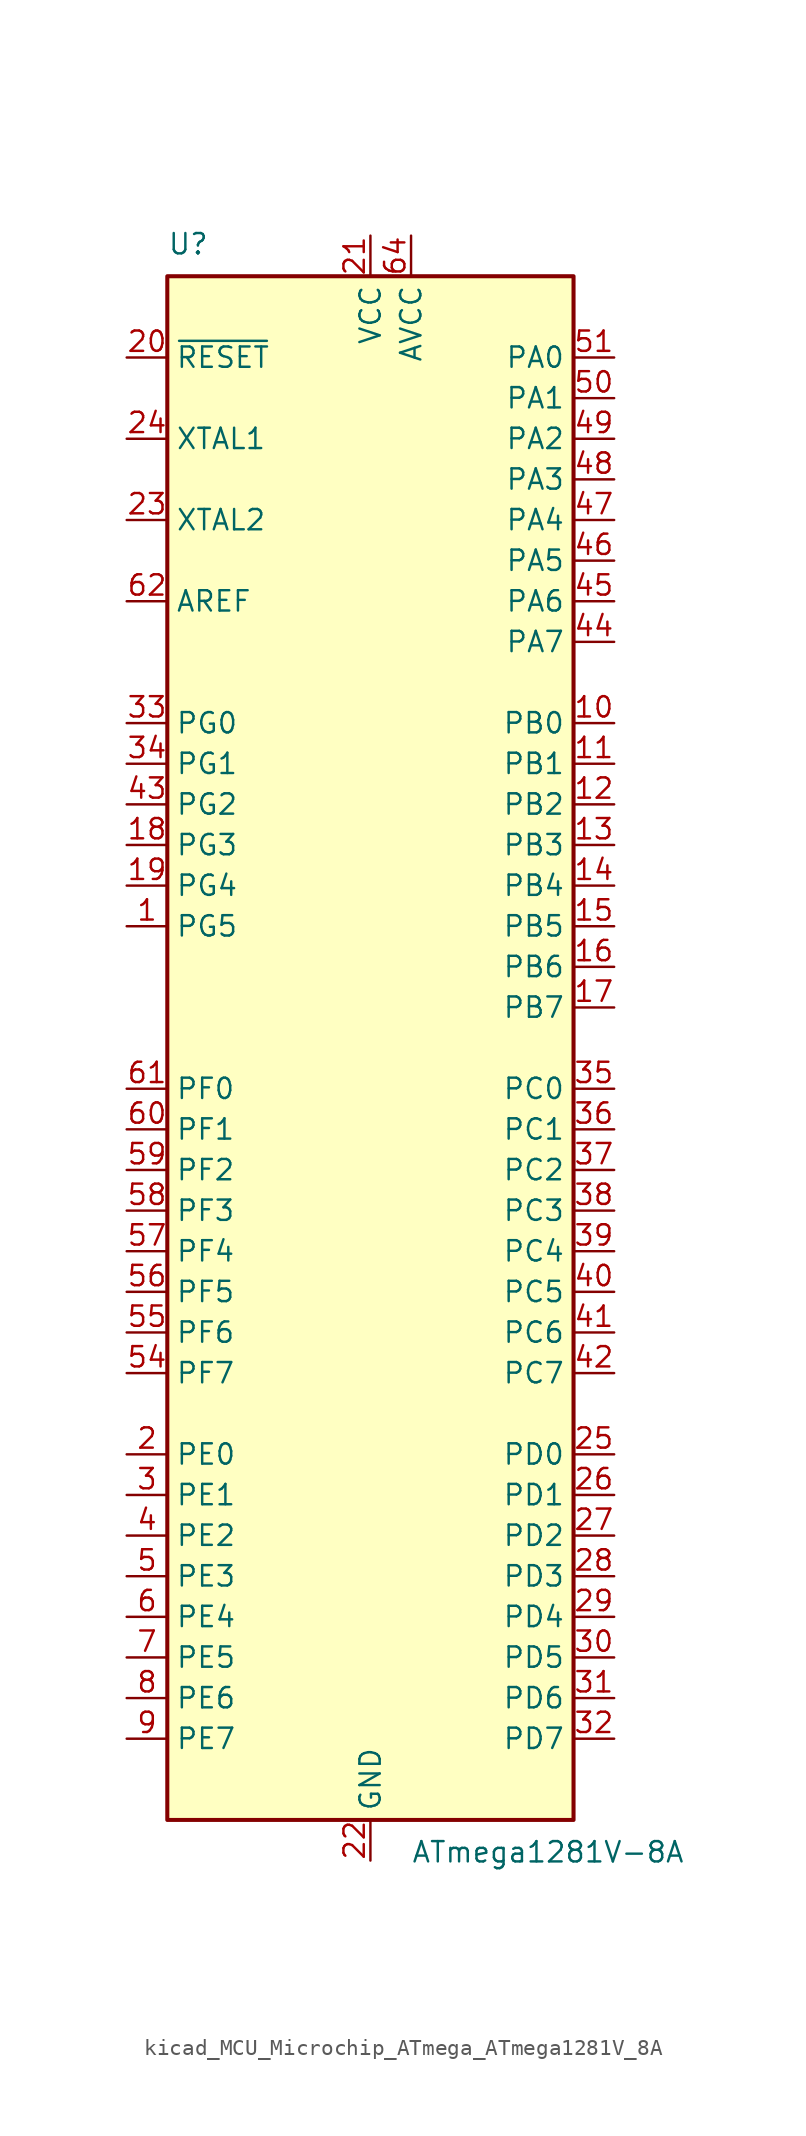
<source format=kicad_sym>
(kicad_symbol_lib
  (version 20220914)
  (generator kicad_symbol_editor)
  (symbol "kicad_MCU_Microchip_ATmega_ATmega1281V_8A"
    (property "Reference" "U"
      (at -12.7 49.53 0)
      (effects (font (size 1.27 1.27)) (justify left bottom)))
    (property "Value" "ATmega1281V-8A"
      (at 2.54 -49.53 0)
      (effects (font (size 1.27 1.27)) (justify left top)))
    (symbol "kicad_MCU_Microchip_ATmega_ATmega1281V_8A_0_1"
      (rectangle (start -12.7 -48.26) (end 12.7 48.26) (stroke (width 0.254) (type default)) (fill (type background))))
    (symbol "kicad_MCU_Microchip_ATmega_ATmega1281V_8A_1_1"
      (pin bidirectional line (at -15.24 7.62 0) (length 2.54) (name "PG5" (effects (font (size 1.27 1.27)))) (number "1" (effects (font (size 1.27 1.27)))))
      (pin bidirectional line (at 15.24 20.32 180) (length 2.54) (name "PB0" (effects (font (size 1.27 1.27)))) (number "10" (effects (font (size 1.27 1.27)))))
      (pin bidirectional line (at 15.24 17.78 180) (length 2.54) (name "PB1" (effects (font (size 1.27 1.27)))) (number "11" (effects (font (size 1.27 1.27)))))
      (pin bidirectional line (at 15.24 15.24 180) (length 2.54) (name "PB2" (effects (font (size 1.27 1.27)))) (number "12" (effects (font (size 1.27 1.27)))))
      (pin bidirectional line (at 15.24 12.7 180) (length 2.54) (name "PB3" (effects (font (size 1.27 1.27)))) (number "13" (effects (font (size 1.27 1.27)))))
      (pin bidirectional line (at 15.24 10.16 180) (length 2.54) (name "PB4" (effects (font (size 1.27 1.27)))) (number "14" (effects (font (size 1.27 1.27)))))
      (pin bidirectional line (at 15.24 7.62 180) (length 2.54) (name "PB5" (effects (font (size 1.27 1.27)))) (number "15" (effects (font (size 1.27 1.27)))))
      (pin bidirectional line (at 15.24 5.08 180) (length 2.54) (name "PB6" (effects (font (size 1.27 1.27)))) (number "16" (effects (font (size 1.27 1.27)))))
      (pin bidirectional line (at 15.24 2.54 180) (length 2.54) (name "PB7" (effects (font (size 1.27 1.27)))) (number "17" (effects (font (size 1.27 1.27)))))
      (pin bidirectional line (at -15.24 12.7 0) (length 2.54) (name "PG3" (effects (font (size 1.27 1.27)))) (number "18" (effects (font (size 1.27 1.27)))))
      (pin bidirectional line (at -15.24 10.16 0) (length 2.54) (name "PG4" (effects (font (size 1.27 1.27)))) (number "19" (effects (font (size 1.27 1.27)))))
      (pin bidirectional line (at -15.24 -25.4 0) (length 2.54) (name "PE0" (effects (font (size 1.27 1.27)))) (number "2" (effects (font (size 1.27 1.27)))))
      (pin input line (at -15.24 43.18 0) (length 2.54) (name "~{RESET}" (effects (font (size 1.27 1.27)))) (number "20" (effects (font (size 1.27 1.27)))))
      (pin power_in line (at 0 50.8 270) (length 2.54) (name "VCC" (effects (font (size 1.27 1.27)))) (number "21" (effects (font (size 1.27 1.27)))))
      (pin power_in line (at 0 -50.8 90) (length 2.54) (name "GND" (effects (font (size 1.27 1.27)))) (number "22" (effects (font (size 1.27 1.27)))))
      (pin output line (at -15.24 33.02 0) (length 2.54) (name "XTAL2" (effects (font (size 1.27 1.27)))) (number "23" (effects (font (size 1.27 1.27)))))
      (pin input line (at -15.24 38.1 0) (length 2.54) (name "XTAL1" (effects (font (size 1.27 1.27)))) (number "24" (effects (font (size 1.27 1.27)))))
      (pin bidirectional line (at 15.24 -25.4 180) (length 2.54) (name "PD0" (effects (font (size 1.27 1.27)))) (number "25" (effects (font (size 1.27 1.27)))))
      (pin bidirectional line (at 15.24 -27.94 180) (length 2.54) (name "PD1" (effects (font (size 1.27 1.27)))) (number "26" (effects (font (size 1.27 1.27)))))
      (pin bidirectional line (at 15.24 -30.48 180) (length 2.54) (name "PD2" (effects (font (size 1.27 1.27)))) (number "27" (effects (font (size 1.27 1.27)))))
      (pin bidirectional line (at 15.24 -33.02 180) (length 2.54) (name "PD3" (effects (font (size 1.27 1.27)))) (number "28" (effects (font (size 1.27 1.27)))))
      (pin bidirectional line (at 15.24 -35.56 180) (length 2.54) (name "PD4" (effects (font (size 1.27 1.27)))) (number "29" (effects (font (size 1.27 1.27)))))
      (pin bidirectional line (at -15.24 -27.94 0) (length 2.54) (name "PE1" (effects (font (size 1.27 1.27)))) (number "3" (effects (font (size 1.27 1.27)))))
      (pin bidirectional line (at 15.24 -38.1 180) (length 2.54) (name "PD5" (effects (font (size 1.27 1.27)))) (number "30" (effects (font (size 1.27 1.27)))))
      (pin bidirectional line (at 15.24 -40.64 180) (length 2.54) (name "PD6" (effects (font (size 1.27 1.27)))) (number "31" (effects (font (size 1.27 1.27)))))
      (pin bidirectional line (at 15.24 -43.18 180) (length 2.54) (name "PD7" (effects (font (size 1.27 1.27)))) (number "32" (effects (font (size 1.27 1.27)))))
      (pin bidirectional line (at -15.24 20.32 0) (length 2.54) (name "PG0" (effects (font (size 1.27 1.27)))) (number "33" (effects (font (size 1.27 1.27)))))
      (pin bidirectional line (at -15.24 17.78 0) (length 2.54) (name "PG1" (effects (font (size 1.27 1.27)))) (number "34" (effects (font (size 1.27 1.27)))))
      (pin bidirectional line (at 15.24 -2.54 180) (length 2.54) (name "PC0" (effects (font (size 1.27 1.27)))) (number "35" (effects (font (size 1.27 1.27)))))
      (pin bidirectional line (at 15.24 -5.08 180) (length 2.54) (name "PC1" (effects (font (size 1.27 1.27)))) (number "36" (effects (font (size 1.27 1.27)))))
      (pin bidirectional line (at 15.24 -7.62 180) (length 2.54) (name "PC2" (effects (font (size 1.27 1.27)))) (number "37" (effects (font (size 1.27 1.27)))))
      (pin bidirectional line (at 15.24 -10.16 180) (length 2.54) (name "PC3" (effects (font (size 1.27 1.27)))) (number "38" (effects (font (size 1.27 1.27)))))
      (pin bidirectional line (at 15.24 -12.7 180) (length 2.54) (name "PC4" (effects (font (size 1.27 1.27)))) (number "39" (effects (font (size 1.27 1.27)))))
      (pin bidirectional line (at -15.24 -30.48 0) (length 2.54) (name "PE2" (effects (font (size 1.27 1.27)))) (number "4" (effects (font (size 1.27 1.27)))))
      (pin bidirectional line (at 15.24 -15.24 180) (length 2.54) (name "PC5" (effects (font (size 1.27 1.27)))) (number "40" (effects (font (size 1.27 1.27)))))
      (pin bidirectional line (at 15.24 -17.78 180) (length 2.54) (name "PC6" (effects (font (size 1.27 1.27)))) (number "41" (effects (font (size 1.27 1.27)))))
      (pin bidirectional line (at 15.24 -20.32 180) (length 2.54) (name "PC7" (effects (font (size 1.27 1.27)))) (number "42" (effects (font (size 1.27 1.27)))))
      (pin bidirectional line (at -15.24 15.24 0) (length 2.54) (name "PG2" (effects (font (size 1.27 1.27)))) (number "43" (effects (font (size 1.27 1.27)))))
      (pin bidirectional line (at 15.24 25.4 180) (length 2.54) (name "PA7" (effects (font (size 1.27 1.27)))) (number "44" (effects (font (size 1.27 1.27)))))
      (pin bidirectional line (at 15.24 27.94 180) (length 2.54) (name "PA6" (effects (font (size 1.27 1.27)))) (number "45" (effects (font (size 1.27 1.27)))))
      (pin bidirectional line (at 15.24 30.48 180) (length 2.54) (name "PA5" (effects (font (size 1.27 1.27)))) (number "46" (effects (font (size 1.27 1.27)))))
      (pin bidirectional line (at 15.24 33.02 180) (length 2.54) (name "PA4" (effects (font (size 1.27 1.27)))) (number "47" (effects (font (size 1.27 1.27)))))
      (pin bidirectional line (at 15.24 35.56 180) (length 2.54) (name "PA3" (effects (font (size 1.27 1.27)))) (number "48" (effects (font (size 1.27 1.27)))))
      (pin bidirectional line (at 15.24 38.1 180) (length 2.54) (name "PA2" (effects (font (size 1.27 1.27)))) (number "49" (effects (font (size 1.27 1.27)))))
      (pin bidirectional line (at -15.24 -33.02 0) (length 2.54) (name "PE3" (effects (font (size 1.27 1.27)))) (number "5" (effects (font (size 1.27 1.27)))))
      (pin bidirectional line (at 15.24 40.64 180) (length 2.54) (name "PA1" (effects (font (size 1.27 1.27)))) (number "50" (effects (font (size 1.27 1.27)))))
      (pin bidirectional line (at 15.24 43.18 180) (length 2.54) (name "PA0" (effects (font (size 1.27 1.27)))) (number "51" (effects (font (size 1.27 1.27)))))
      (pin passive line (at 0 50.8 270) (length 2.54) hide (name "VCC" (effects (font (size 1.27 1.27)))) (number "52" (effects (font (size 1.27 1.27)))))
      (pin passive line (at 0 -50.8 90) (length 2.54) hide (name "GND" (effects (font (size 1.27 1.27)))) (number "53" (effects (font (size 1.27 1.27)))))
      (pin bidirectional line (at -15.24 -20.32 0) (length 2.54) (name "PF7" (effects (font (size 1.27 1.27)))) (number "54" (effects (font (size 1.27 1.27)))))
      (pin bidirectional line (at -15.24 -17.78 0) (length 2.54) (name "PF6" (effects (font (size 1.27 1.27)))) (number "55" (effects (font (size 1.27 1.27)))))
      (pin bidirectional line (at -15.24 -15.24 0) (length 2.54) (name "PF5" (effects (font (size 1.27 1.27)))) (number "56" (effects (font (size 1.27 1.27)))))
      (pin bidirectional line (at -15.24 -12.7 0) (length 2.54) (name "PF4" (effects (font (size 1.27 1.27)))) (number "57" (effects (font (size 1.27 1.27)))))
      (pin bidirectional line (at -15.24 -10.16 0) (length 2.54) (name "PF3" (effects (font (size 1.27 1.27)))) (number "58" (effects (font (size 1.27 1.27)))))
      (pin bidirectional line (at -15.24 -7.62 0) (length 2.54) (name "PF2" (effects (font (size 1.27 1.27)))) (number "59" (effects (font (size 1.27 1.27)))))
      (pin bidirectional line (at -15.24 -35.56 0) (length 2.54) (name "PE4" (effects (font (size 1.27 1.27)))) (number "6" (effects (font (size 1.27 1.27)))))
      (pin bidirectional line (at -15.24 -5.08 0) (length 2.54) (name "PF1" (effects (font (size 1.27 1.27)))) (number "60" (effects (font (size 1.27 1.27)))))
      (pin bidirectional line (at -15.24 -2.54 0) (length 2.54) (name "PF0" (effects (font (size 1.27 1.27)))) (number "61" (effects (font (size 1.27 1.27)))))
      (pin passive line (at -15.24 27.94 0) (length 2.54) (name "AREF" (effects (font (size 1.27 1.27)))) (number "62" (effects (font (size 1.27 1.27)))))
      (pin passive line (at 0 -50.8 90) (length 2.54) hide (name "GND" (effects (font (size 1.27 1.27)))) (number "63" (effects (font (size 1.27 1.27)))))
      (pin power_in line (at 2.54 50.8 270) (length 2.54) (name "AVCC" (effects (font (size 1.27 1.27)))) (number "64" (effects (font (size 1.27 1.27)))))
      (pin bidirectional line (at -15.24 -38.1 0) (length 2.54) (name "PE5" (effects (font (size 1.27 1.27)))) (number "7" (effects (font (size 1.27 1.27)))))
      (pin bidirectional line (at -15.24 -40.64 0) (length 2.54) (name "PE6" (effects (font (size 1.27 1.27)))) (number "8" (effects (font (size 1.27 1.27)))))
      (pin bidirectional line (at -15.24 -43.18 0) (length 2.54) (name "PE7" (effects (font (size 1.27 1.27)))) (number "9" (effects (font (size 1.27 1.27))))))))
</source>
